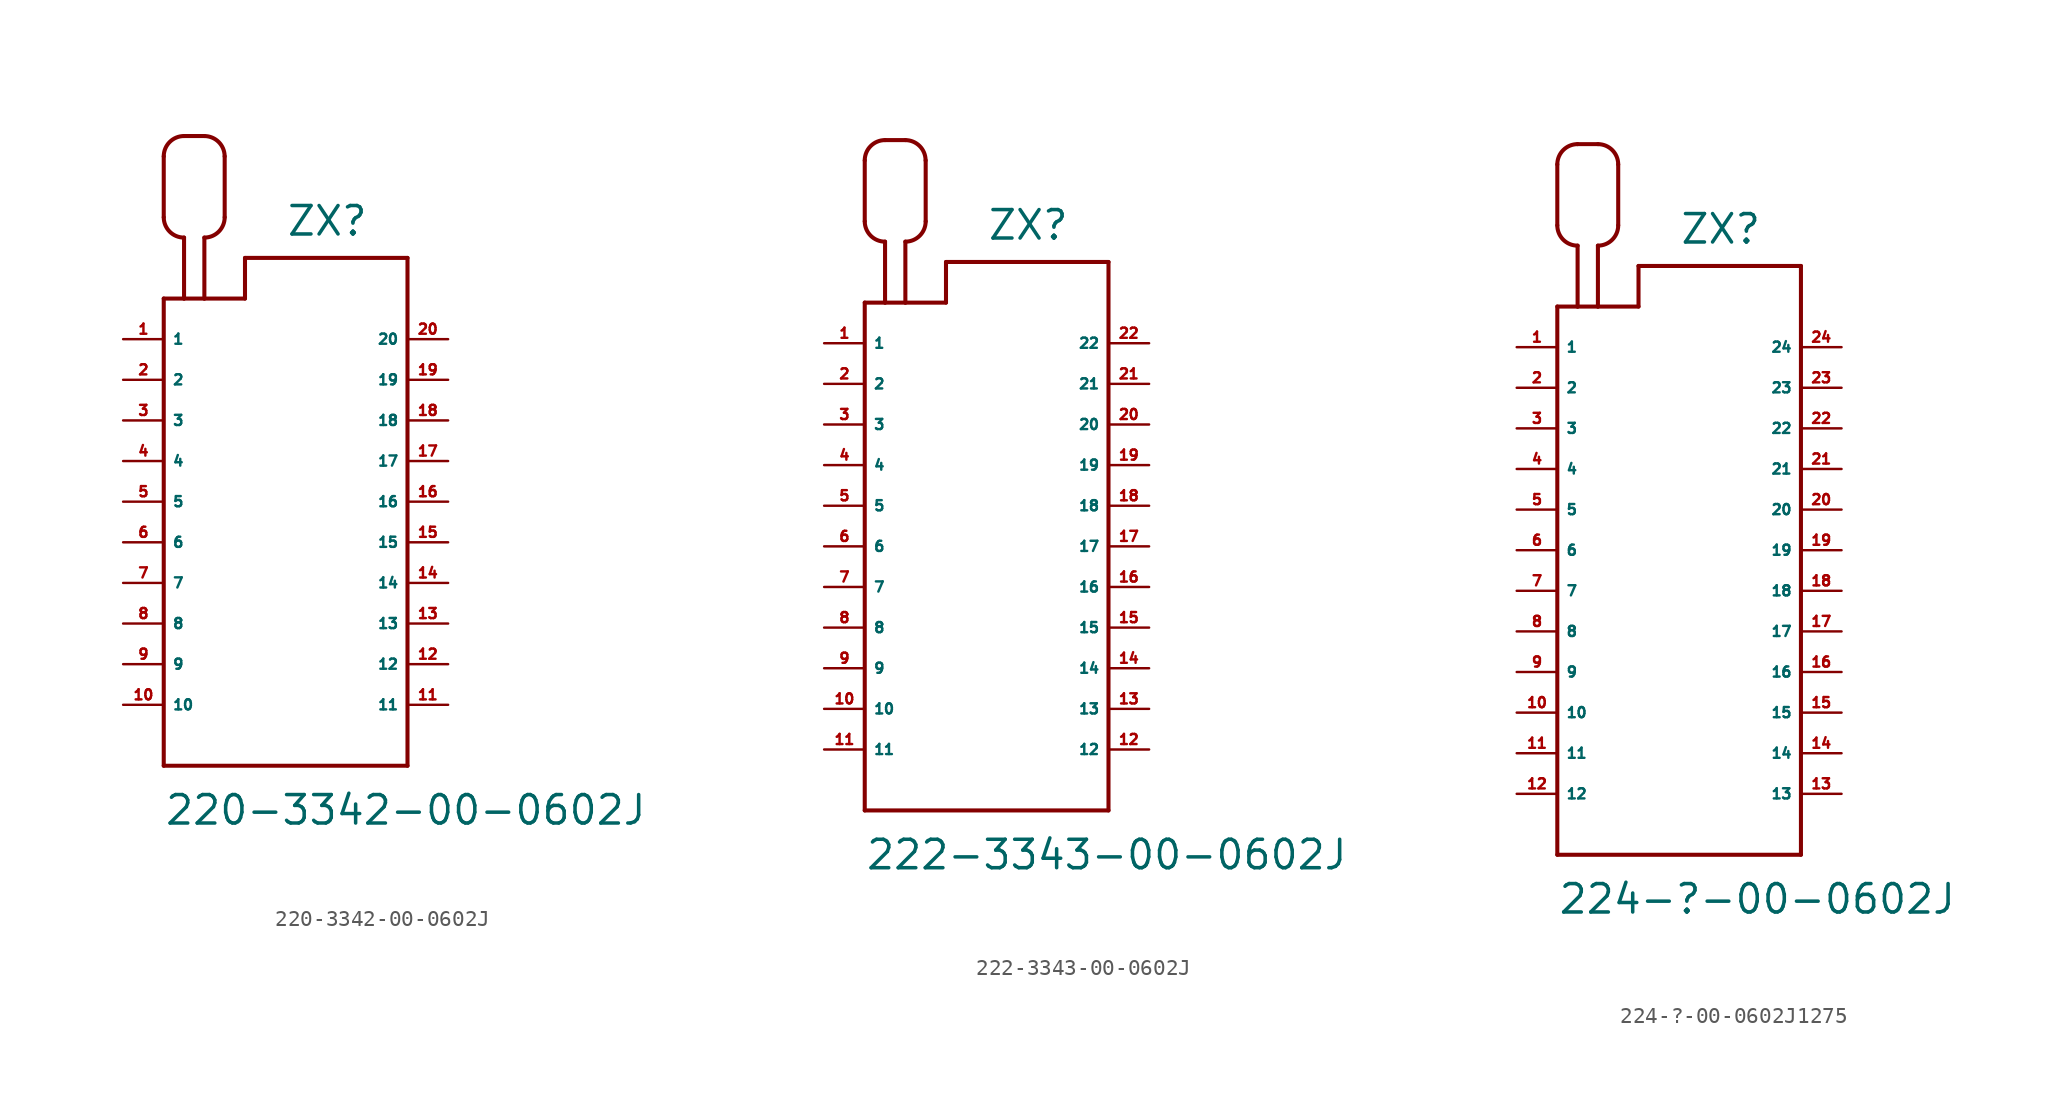
<source format=kicad_sym>
(kicad_symbol_lib
  (version 20220914)
  (generator Eagle2Kicad)
  (symbol "220-3342-00-0602J"
    (property "Reference" "ZX"
      (at 0 16.51 0)
      (effects (font (size 1.778 1.778) (thickness 0.22)) (justify left bottom)))
    (property "Value" "220-3342-00-0602J"
      (at -7.62 -20.32 0)
      (effects (font (size 1.778 1.778) (thickness 0.22)) (justify left bottom)))
    (polyline
      (pts (xy -7.62 12.7) (xy -7.62 -16.51))
      (stroke (width 0.254) (type default))
      (fill (type none)))
    (polyline
      (pts (xy -7.62 -16.51) (xy 7.62 -16.51))
      (stroke (width 0.254) (type default))
      (fill (type none)))
    (polyline
      (pts (xy 7.62 -16.51) (xy 7.62 15.24))
      (stroke (width 0.254) (type default))
      (fill (type none)))
    (polyline
      (pts (xy 7.62 15.24) (xy -2.54 15.24))
      (stroke (width 0.254) (type default))
      (fill (type none)))
    (polyline
      (pts (xy -2.54 15.24) (xy -2.54 12.7))
      (stroke (width 0.254) (type default))
      (fill (type none)))
    (polyline
      (pts (xy -2.54 12.7) (xy -5.08 12.7))
      (stroke (width 0.254) (type default))
      (fill (type none)))
    (polyline
      (pts (xy -5.08 12.7) (xy -6.35 12.7))
      (stroke (width 0.254) (type default))
      (fill (type none)))
    (polyline
      (pts (xy -6.35 12.7) (xy -7.62 12.7))
      (stroke (width 0.254) (type default))
      (fill (type none)))
    (polyline
      (pts (xy -6.35 12.7) (xy -6.35 16.51))
      (stroke (width 0.254) (type default))
      (fill (type none)))
    (arc
      (start -7.62 17.78)
      (mid -7.248 16.882)
      (end -6.35 16.51)
      (stroke (width 0.254) (type default))
      (fill (type none)))
    (polyline
      (pts (xy -7.62 17.78) (xy -7.62 21.59))
      (stroke (width 0.254) (type default))
      (fill (type none)))
    (arc
      (start -6.35 22.86)
      (mid -7.248 22.488)
      (end -7.62 21.59)
      (stroke (width 0.254) (type default))
      (fill (type none)))
    (polyline
      (pts (xy -6.35 22.86) (xy -5.08 22.86))
      (stroke (width 0.254) (type default))
      (fill (type none)))
    (arc
      (start -3.81 21.59)
      (mid -4.182 22.488)
      (end -5.08 22.86)
      (stroke (width 0.254) (type default))
      (fill (type none)))
    (polyline
      (pts (xy -3.81 21.59) (xy -3.81 17.78))
      (stroke (width 0.254) (type default))
      (fill (type none)))
    (arc
      (start -5.08 16.51)
      (mid -4.182 16.882)
      (end -3.81 17.78)
      (stroke (width 0.254) (type default))
      (fill (type none)))
    (polyline
      (pts (xy -5.08 16.51) (xy -5.08 12.7))
      (stroke (width 0.254) (type default))
      (fill (type none)))
    (pin passive line
      (at -10.16 10.16 0)
      (length 2.54)
      (name "1" (effects (font (size 0.635 0.635) (thickness 0.08)) (justify left bottom)))
      (number "1" (effects (font (size 0.635 0.635) (thickness 0.08)) (justify left bottom))))
    (pin passive line
      (at -10.16 7.62 0)
      (length 2.54)
      (name "2" (effects (font (size 0.635 0.635) (thickness 0.08)) (justify left bottom)))
      (number "2" (effects (font (size 0.635 0.635) (thickness 0.08)) (justify left bottom))))
    (pin passive line
      (at -10.16 5.08 0)
      (length 2.54)
      (name "3" (effects (font (size 0.635 0.635) (thickness 0.08)) (justify left bottom)))
      (number "3" (effects (font (size 0.635 0.635) (thickness 0.08)) (justify left bottom))))
    (pin passive line
      (at -10.16 2.54 0)
      (length 2.54)
      (name "4" (effects (font (size 0.635 0.635) (thickness 0.08)) (justify left bottom)))
      (number "4" (effects (font (size 0.635 0.635) (thickness 0.08)) (justify left bottom))))
    (pin passive line
      (at -10.16 0 0)
      (length 2.54)
      (name "5" (effects (font (size 0.635 0.635) (thickness 0.08)) (justify left bottom)))
      (number "5" (effects (font (size 0.635 0.635) (thickness 0.08)) (justify left bottom))))
    (pin passive line
      (at -10.16 -2.54 0)
      (length 2.54)
      (name "6" (effects (font (size 0.635 0.635) (thickness 0.08)) (justify left bottom)))
      (number "6" (effects (font (size 0.635 0.635) (thickness 0.08)) (justify left bottom))))
    (pin passive line
      (at -10.16 -5.08 0)
      (length 2.54)
      (name "7" (effects (font (size 0.635 0.635) (thickness 0.08)) (justify left bottom)))
      (number "7" (effects (font (size 0.635 0.635) (thickness 0.08)) (justify left bottom))))
    (pin passive line
      (at -10.16 -7.62 0)
      (length 2.54)
      (name "8" (effects (font (size 0.635 0.635) (thickness 0.08)) (justify left bottom)))
      (number "8" (effects (font (size 0.635 0.635) (thickness 0.08)) (justify left bottom))))
    (pin passive line
      (at -10.16 -10.16 0)
      (length 2.54)
      (name "9" (effects (font (size 0.635 0.635) (thickness 0.08)) (justify left bottom)))
      (number "9" (effects (font (size 0.635 0.635) (thickness 0.08)) (justify left bottom))))
    (pin passive line
      (at -10.16 -12.7 0)
      (length 2.54)
      (name "10" (effects (font (size 0.635 0.635) (thickness 0.08)) (justify left bottom)))
      (number "10" (effects (font (size 0.635 0.635) (thickness 0.08)) (justify left bottom))))
    (pin passive line
      (at 10.16 -12.7 180)
      (length 2.54)
      (name "11" (effects (font (size 0.635 0.635) (thickness 0.08)) (justify left bottom)))
      (number "11" (effects (font (size 0.635 0.635) (thickness 0.08)) (justify left bottom))))
    (pin passive line
      (at 10.16 -10.16 180)
      (length 2.54)
      (name "12" (effects (font (size 0.635 0.635) (thickness 0.08)) (justify left bottom)))
      (number "12" (effects (font (size 0.635 0.635) (thickness 0.08)) (justify left bottom))))
    (pin passive line
      (at 10.16 -7.62 180)
      (length 2.54)
      (name "13" (effects (font (size 0.635 0.635) (thickness 0.08)) (justify left bottom)))
      (number "13" (effects (font (size 0.635 0.635) (thickness 0.08)) (justify left bottom))))
    (pin passive line
      (at 10.16 -5.08 180)
      (length 2.54)
      (name "14" (effects (font (size 0.635 0.635) (thickness 0.08)) (justify left bottom)))
      (number "14" (effects (font (size 0.635 0.635) (thickness 0.08)) (justify left bottom))))
    (pin passive line
      (at 10.16 -2.54 180)
      (length 2.54)
      (name "15" (effects (font (size 0.635 0.635) (thickness 0.08)) (justify left bottom)))
      (number "15" (effects (font (size 0.635 0.635) (thickness 0.08)) (justify left bottom))))
    (pin passive line
      (at 10.16 0 180)
      (length 2.54)
      (name "16" (effects (font (size 0.635 0.635) (thickness 0.08)) (justify left bottom)))
      (number "16" (effects (font (size 0.635 0.635) (thickness 0.08)) (justify left bottom))))
    (pin passive line
      (at 10.16 2.54 180)
      (length 2.54)
      (name "17" (effects (font (size 0.635 0.635) (thickness 0.08)) (justify left bottom)))
      (number "17" (effects (font (size 0.635 0.635) (thickness 0.08)) (justify left bottom))))
    (pin passive line
      (at 10.16 5.08 180)
      (length 2.54)
      (name "18" (effects (font (size 0.635 0.635) (thickness 0.08)) (justify left bottom)))
      (number "18" (effects (font (size 0.635 0.635) (thickness 0.08)) (justify left bottom))))
    (pin passive line
      (at 10.16 7.62 180)
      (length 2.54)
      (name "19" (effects (font (size 0.635 0.635) (thickness 0.08)) (justify left bottom)))
      (number "19" (effects (font (size 0.635 0.635) (thickness 0.08)) (justify left bottom))))
    (pin passive line
      (at 10.16 10.16 180)
      (length 2.54)
      (name "20" (effects (font (size 0.635 0.635) (thickness 0.08)) (justify left bottom)))
      (number "20" (effects (font (size 0.635 0.635) (thickness 0.08)) (justify left bottom)))))
  (symbol "222-3343-00-0602J"
    (property "Reference" "ZX"
      (at 0 19.05 0)
      (effects (font (size 1.778 1.778) (thickness 0.22)) (justify left bottom)))
    (property "Value" "222-3343-00-0602J"
      (at -7.62 -20.32 0)
      (effects (font (size 1.778 1.778) (thickness 0.22)) (justify left bottom)))
    (polyline
      (pts (xy -7.62 15.24) (xy -7.62 -16.51))
      (stroke (width 0.254) (type default))
      (fill (type none)))
    (polyline
      (pts (xy -7.62 -16.51) (xy 7.62 -16.51))
      (stroke (width 0.254) (type default))
      (fill (type none)))
    (polyline
      (pts (xy 7.62 -16.51) (xy 7.62 17.78))
      (stroke (width 0.254) (type default))
      (fill (type none)))
    (polyline
      (pts (xy 7.62 17.78) (xy -2.54 17.78))
      (stroke (width 0.254) (type default))
      (fill (type none)))
    (polyline
      (pts (xy -2.54 17.78) (xy -2.54 15.24))
      (stroke (width 0.254) (type default))
      (fill (type none)))
    (polyline
      (pts (xy -2.54 15.24) (xy -5.08 15.24))
      (stroke (width 0.254) (type default))
      (fill (type none)))
    (polyline
      (pts (xy -5.08 15.24) (xy -6.35 15.24))
      (stroke (width 0.254) (type default))
      (fill (type none)))
    (polyline
      (pts (xy -6.35 15.24) (xy -7.62 15.24))
      (stroke (width 0.254) (type default))
      (fill (type none)))
    (polyline
      (pts (xy -6.35 15.24) (xy -6.35 19.05))
      (stroke (width 0.254) (type default))
      (fill (type none)))
    (arc
      (start -7.62 20.32)
      (mid -7.248 19.422)
      (end -6.35 19.05)
      (stroke (width 0.254) (type default))
      (fill (type none)))
    (polyline
      (pts (xy -7.62 20.32) (xy -7.62 24.13))
      (stroke (width 0.254) (type default))
      (fill (type none)))
    (arc
      (start -6.35 25.4)
      (mid -7.248 25.028)
      (end -7.62 24.13)
      (stroke (width 0.254) (type default))
      (fill (type none)))
    (polyline
      (pts (xy -6.35 25.4) (xy -5.08 25.4))
      (stroke (width 0.254) (type default))
      (fill (type none)))
    (arc
      (start -3.81 24.13)
      (mid -4.182 25.028)
      (end -5.08 25.4)
      (stroke (width 0.254) (type default))
      (fill (type none)))
    (polyline
      (pts (xy -3.81 24.13) (xy -3.81 20.32))
      (stroke (width 0.254) (type default))
      (fill (type none)))
    (arc
      (start -5.08 19.05)
      (mid -4.182 19.422)
      (end -3.81 20.32)
      (stroke (width 0.254) (type default))
      (fill (type none)))
    (polyline
      (pts (xy -5.08 19.05) (xy -5.08 15.24))
      (stroke (width 0.254) (type default))
      (fill (type none)))
    (pin passive line
      (at -10.16 12.7 0)
      (length 2.54)
      (name "1" (effects (font (size 0.635 0.635) (thickness 0.08)) (justify left bottom)))
      (number "1" (effects (font (size 0.635 0.635) (thickness 0.08)) (justify left bottom))))
    (pin passive line
      (at -10.16 10.16 0)
      (length 2.54)
      (name "2" (effects (font (size 0.635 0.635) (thickness 0.08)) (justify left bottom)))
      (number "2" (effects (font (size 0.635 0.635) (thickness 0.08)) (justify left bottom))))
    (pin passive line
      (at -10.16 7.62 0)
      (length 2.54)
      (name "3" (effects (font (size 0.635 0.635) (thickness 0.08)) (justify left bottom)))
      (number "3" (effects (font (size 0.635 0.635) (thickness 0.08)) (justify left bottom))))
    (pin passive line
      (at -10.16 5.08 0)
      (length 2.54)
      (name "4" (effects (font (size 0.635 0.635) (thickness 0.08)) (justify left bottom)))
      (number "4" (effects (font (size 0.635 0.635) (thickness 0.08)) (justify left bottom))))
    (pin passive line
      (at -10.16 2.54 0)
      (length 2.54)
      (name "5" (effects (font (size 0.635 0.635) (thickness 0.08)) (justify left bottom)))
      (number "5" (effects (font (size 0.635 0.635) (thickness 0.08)) (justify left bottom))))
    (pin passive line
      (at -10.16 0 0)
      (length 2.54)
      (name "6" (effects (font (size 0.635 0.635) (thickness 0.08)) (justify left bottom)))
      (number "6" (effects (font (size 0.635 0.635) (thickness 0.08)) (justify left bottom))))
    (pin passive line
      (at -10.16 -2.54 0)
      (length 2.54)
      (name "7" (effects (font (size 0.635 0.635) (thickness 0.08)) (justify left bottom)))
      (number "7" (effects (font (size 0.635 0.635) (thickness 0.08)) (justify left bottom))))
    (pin passive line
      (at -10.16 -5.08 0)
      (length 2.54)
      (name "8" (effects (font (size 0.635 0.635) (thickness 0.08)) (justify left bottom)))
      (number "8" (effects (font (size 0.635 0.635) (thickness 0.08)) (justify left bottom))))
    (pin passive line
      (at -10.16 -7.62 0)
      (length 2.54)
      (name "9" (effects (font (size 0.635 0.635) (thickness 0.08)) (justify left bottom)))
      (number "9" (effects (font (size 0.635 0.635) (thickness 0.08)) (justify left bottom))))
    (pin passive line
      (at -10.16 -10.16 0)
      (length 2.54)
      (name "10" (effects (font (size 0.635 0.635) (thickness 0.08)) (justify left bottom)))
      (number "10" (effects (font (size 0.635 0.635) (thickness 0.08)) (justify left bottom))))
    (pin passive line
      (at -10.16 -12.7 0)
      (length 2.54)
      (name "11" (effects (font (size 0.635 0.635) (thickness 0.08)) (justify left bottom)))
      (number "11" (effects (font (size 0.635 0.635) (thickness 0.08)) (justify left bottom))))
    (pin passive line
      (at 10.16 -12.7 180)
      (length 2.54)
      (name "12" (effects (font (size 0.635 0.635) (thickness 0.08)) (justify left bottom)))
      (number "12" (effects (font (size 0.635 0.635) (thickness 0.08)) (justify left bottom))))
    (pin passive line
      (at 10.16 -10.16 180)
      (length 2.54)
      (name "13" (effects (font (size 0.635 0.635) (thickness 0.08)) (justify left bottom)))
      (number "13" (effects (font (size 0.635 0.635) (thickness 0.08)) (justify left bottom))))
    (pin passive line
      (at 10.16 -7.62 180)
      (length 2.54)
      (name "14" (effects (font (size 0.635 0.635) (thickness 0.08)) (justify left bottom)))
      (number "14" (effects (font (size 0.635 0.635) (thickness 0.08)) (justify left bottom))))
    (pin passive line
      (at 10.16 -5.08 180)
      (length 2.54)
      (name "15" (effects (font (size 0.635 0.635) (thickness 0.08)) (justify left bottom)))
      (number "15" (effects (font (size 0.635 0.635) (thickness 0.08)) (justify left bottom))))
    (pin passive line
      (at 10.16 -2.54 180)
      (length 2.54)
      (name "16" (effects (font (size 0.635 0.635) (thickness 0.08)) (justify left bottom)))
      (number "16" (effects (font (size 0.635 0.635) (thickness 0.08)) (justify left bottom))))
    (pin passive line
      (at 10.16 0 180)
      (length 2.54)
      (name "17" (effects (font (size 0.635 0.635) (thickness 0.08)) (justify left bottom)))
      (number "17" (effects (font (size 0.635 0.635) (thickness 0.08)) (justify left bottom))))
    (pin passive line
      (at 10.16 2.54 180)
      (length 2.54)
      (name "18" (effects (font (size 0.635 0.635) (thickness 0.08)) (justify left bottom)))
      (number "18" (effects (font (size 0.635 0.635) (thickness 0.08)) (justify left bottom))))
    (pin passive line
      (at 10.16 5.08 180)
      (length 2.54)
      (name "19" (effects (font (size 0.635 0.635) (thickness 0.08)) (justify left bottom)))
      (number "19" (effects (font (size 0.635 0.635) (thickness 0.08)) (justify left bottom))))
    (pin passive line
      (at 10.16 7.62 180)
      (length 2.54)
      (name "20" (effects (font (size 0.635 0.635) (thickness 0.08)) (justify left bottom)))
      (number "20" (effects (font (size 0.635 0.635) (thickness 0.08)) (justify left bottom))))
    (pin passive line
      (at 10.16 10.16 180)
      (length 2.54)
      (name "21" (effects (font (size 0.635 0.635) (thickness 0.08)) (justify left bottom)))
      (number "21" (effects (font (size 0.635 0.635) (thickness 0.08)) (justify left bottom))))
    (pin passive line
      (at 10.16 12.7 180)
      (length 2.54)
      (name "22" (effects (font (size 0.635 0.635) (thickness 0.08)) (justify left bottom)))
      (number "22" (effects (font (size 0.635 0.635) (thickness 0.08)) (justify left bottom)))))
  (symbol "224-?-00-0602J1275"
    (property "Reference" "ZX"
      (at 0 19.05 0)
      (effects (font (size 1.778 1.778) (thickness 0.22)) (justify left bottom)))
    (property "Value" "224-?-00-0602J"
      (at -7.62 -22.86 0)
      (effects (font (size 1.778 1.778) (thickness 0.22)) (justify left bottom)))
    (polyline
      (pts (xy -7.62 15.24) (xy -7.62 -19.05))
      (stroke (width 0.254) (type default))
      (fill (type none)))
    (polyline
      (pts (xy -7.62 -19.05) (xy 7.62 -19.05))
      (stroke (width 0.254) (type default))
      (fill (type none)))
    (polyline
      (pts (xy 7.62 -19.05) (xy 7.62 17.78))
      (stroke (width 0.254) (type default))
      (fill (type none)))
    (polyline
      (pts (xy 7.62 17.78) (xy -2.54 17.78))
      (stroke (width 0.254) (type default))
      (fill (type none)))
    (polyline
      (pts (xy -2.54 17.78) (xy -2.54 15.24))
      (stroke (width 0.254) (type default))
      (fill (type none)))
    (polyline
      (pts (xy -2.54 15.24) (xy -5.08 15.24))
      (stroke (width 0.254) (type default))
      (fill (type none)))
    (polyline
      (pts (xy -5.08 15.24) (xy -6.35 15.24))
      (stroke (width 0.254) (type default))
      (fill (type none)))
    (polyline
      (pts (xy -6.35 15.24) (xy -7.62 15.24))
      (stroke (width 0.254) (type default))
      (fill (type none)))
    (polyline
      (pts (xy -6.35 15.24) (xy -6.35 19.05))
      (stroke (width 0.254) (type default))
      (fill (type none)))
    (arc
      (start -7.62 20.32)
      (mid -7.248 19.422)
      (end -6.35 19.05)
      (stroke (width 0.254) (type default))
      (fill (type none)))
    (polyline
      (pts (xy -7.62 20.32) (xy -7.62 24.13))
      (stroke (width 0.254) (type default))
      (fill (type none)))
    (arc
      (start -6.35 25.4)
      (mid -7.248 25.028)
      (end -7.62 24.13)
      (stroke (width 0.254) (type default))
      (fill (type none)))
    (polyline
      (pts (xy -6.35 25.4) (xy -5.08 25.4))
      (stroke (width 0.254) (type default))
      (fill (type none)))
    (arc
      (start -3.81 24.13)
      (mid -4.182 25.028)
      (end -5.08 25.4)
      (stroke (width 0.254) (type default))
      (fill (type none)))
    (polyline
      (pts (xy -3.81 24.13) (xy -3.81 20.32))
      (stroke (width 0.254) (type default))
      (fill (type none)))
    (arc
      (start -5.08 19.05)
      (mid -4.182 19.422)
      (end -3.81 20.32)
      (stroke (width 0.254) (type default))
      (fill (type none)))
    (polyline
      (pts (xy -5.08 19.05) (xy -5.08 15.24))
      (stroke (width 0.254) (type default))
      (fill (type none)))
    (pin passive line
      (at -10.16 12.7 0)
      (length 2.54)
      (name "1" (effects (font (size 0.635 0.635) (thickness 0.08)) (justify left bottom)))
      (number "1" (effects (font (size 0.635 0.635) (thickness 0.08)) (justify left bottom))))
    (pin passive line
      (at -10.16 10.16 0)
      (length 2.54)
      (name "2" (effects (font (size 0.635 0.635) (thickness 0.08)) (justify left bottom)))
      (number "2" (effects (font (size 0.635 0.635) (thickness 0.08)) (justify left bottom))))
    (pin passive line
      (at -10.16 7.62 0)
      (length 2.54)
      (name "3" (effects (font (size 0.635 0.635) (thickness 0.08)) (justify left bottom)))
      (number "3" (effects (font (size 0.635 0.635) (thickness 0.08)) (justify left bottom))))
    (pin passive line
      (at -10.16 5.08 0)
      (length 2.54)
      (name "4" (effects (font (size 0.635 0.635) (thickness 0.08)) (justify left bottom)))
      (number "4" (effects (font (size 0.635 0.635) (thickness 0.08)) (justify left bottom))))
    (pin passive line
      (at -10.16 2.54 0)
      (length 2.54)
      (name "5" (effects (font (size 0.635 0.635) (thickness 0.08)) (justify left bottom)))
      (number "5" (effects (font (size 0.635 0.635) (thickness 0.08)) (justify left bottom))))
    (pin passive line
      (at -10.16 0 0)
      (length 2.54)
      (name "6" (effects (font (size 0.635 0.635) (thickness 0.08)) (justify left bottom)))
      (number "6" (effects (font (size 0.635 0.635) (thickness 0.08)) (justify left bottom))))
    (pin passive line
      (at -10.16 -2.54 0)
      (length 2.54)
      (name "7" (effects (font (size 0.635 0.635) (thickness 0.08)) (justify left bottom)))
      (number "7" (effects (font (size 0.635 0.635) (thickness 0.08)) (justify left bottom))))
    (pin passive line
      (at -10.16 -5.08 0)
      (length 2.54)
      (name "8" (effects (font (size 0.635 0.635) (thickness 0.08)) (justify left bottom)))
      (number "8" (effects (font (size 0.635 0.635) (thickness 0.08)) (justify left bottom))))
    (pin passive line
      (at -10.16 -7.62 0)
      (length 2.54)
      (name "9" (effects (font (size 0.635 0.635) (thickness 0.08)) (justify left bottom)))
      (number "9" (effects (font (size 0.635 0.635) (thickness 0.08)) (justify left bottom))))
    (pin passive line
      (at -10.16 -10.16 0)
      (length 2.54)
      (name "10" (effects (font (size 0.635 0.635) (thickness 0.08)) (justify left bottom)))
      (number "10" (effects (font (size 0.635 0.635) (thickness 0.08)) (justify left bottom))))
    (pin passive line
      (at -10.16 -12.7 0)
      (length 2.54)
      (name "11" (effects (font (size 0.635 0.635) (thickness 0.08)) (justify left bottom)))
      (number "11" (effects (font (size 0.635 0.635) (thickness 0.08)) (justify left bottom))))
    (pin passive line
      (at -10.16 -15.24 0)
      (length 2.54)
      (name "12" (effects (font (size 0.635 0.635) (thickness 0.08)) (justify left bottom)))
      (number "12" (effects (font (size 0.635 0.635) (thickness 0.08)) (justify left bottom))))
    (pin passive line
      (at 10.16 -15.24 180)
      (length 2.54)
      (name "13" (effects (font (size 0.635 0.635) (thickness 0.08)) (justify left bottom)))
      (number "13" (effects (font (size 0.635 0.635) (thickness 0.08)) (justify left bottom))))
    (pin passive line
      (at 10.16 -12.7 180)
      (length 2.54)
      (name "14" (effects (font (size 0.635 0.635) (thickness 0.08)) (justify left bottom)))
      (number "14" (effects (font (size 0.635 0.635) (thickness 0.08)) (justify left bottom))))
    (pin passive line
      (at 10.16 -10.16 180)
      (length 2.54)
      (name "15" (effects (font (size 0.635 0.635) (thickness 0.08)) (justify left bottom)))
      (number "15" (effects (font (size 0.635 0.635) (thickness 0.08)) (justify left bottom))))
    (pin passive line
      (at 10.16 -7.62 180)
      (length 2.54)
      (name "16" (effects (font (size 0.635 0.635) (thickness 0.08)) (justify left bottom)))
      (number "16" (effects (font (size 0.635 0.635) (thickness 0.08)) (justify left bottom))))
    (pin passive line
      (at 10.16 -5.08 180)
      (length 2.54)
      (name "17" (effects (font (size 0.635 0.635) (thickness 0.08)) (justify left bottom)))
      (number "17" (effects (font (size 0.635 0.635) (thickness 0.08)) (justify left bottom))))
    (pin passive line
      (at 10.16 -2.54 180)
      (length 2.54)
      (name "18" (effects (font (size 0.635 0.635) (thickness 0.08)) (justify left bottom)))
      (number "18" (effects (font (size 0.635 0.635) (thickness 0.08)) (justify left bottom))))
    (pin passive line
      (at 10.16 0 180)
      (length 2.54)
      (name "19" (effects (font (size 0.635 0.635) (thickness 0.08)) (justify left bottom)))
      (number "19" (effects (font (size 0.635 0.635) (thickness 0.08)) (justify left bottom))))
    (pin passive line
      (at 10.16 2.54 180)
      (length 2.54)
      (name "20" (effects (font (size 0.635 0.635) (thickness 0.08)) (justify left bottom)))
      (number "20" (effects (font (size 0.635 0.635) (thickness 0.08)) (justify left bottom))))
    (pin passive line
      (at 10.16 5.08 180)
      (length 2.54)
      (name "21" (effects (font (size 0.635 0.635) (thickness 0.08)) (justify left bottom)))
      (number "21" (effects (font (size 0.635 0.635) (thickness 0.08)) (justify left bottom))))
    (pin passive line
      (at 10.16 7.62 180)
      (length 2.54)
      (name "22" (effects (font (size 0.635 0.635) (thickness 0.08)) (justify left bottom)))
      (number "22" (effects (font (size 0.635 0.635) (thickness 0.08)) (justify left bottom))))
    (pin passive line
      (at 10.16 10.16 180)
      (length 2.54)
      (name "23" (effects (font (size 0.635 0.635) (thickness 0.08)) (justify left bottom)))
      (number "23" (effects (font (size 0.635 0.635) (thickness 0.08)) (justify left bottom))))
    (pin passive line
      (at 10.16 12.7 180)
      (length 2.54)
      (name "24" (effects (font (size 0.635 0.635) (thickness 0.08)) (justify left bottom)))
      (number "24" (effects (font (size 0.635 0.635) (thickness 0.08)) (justify left bottom))))))
</source>
